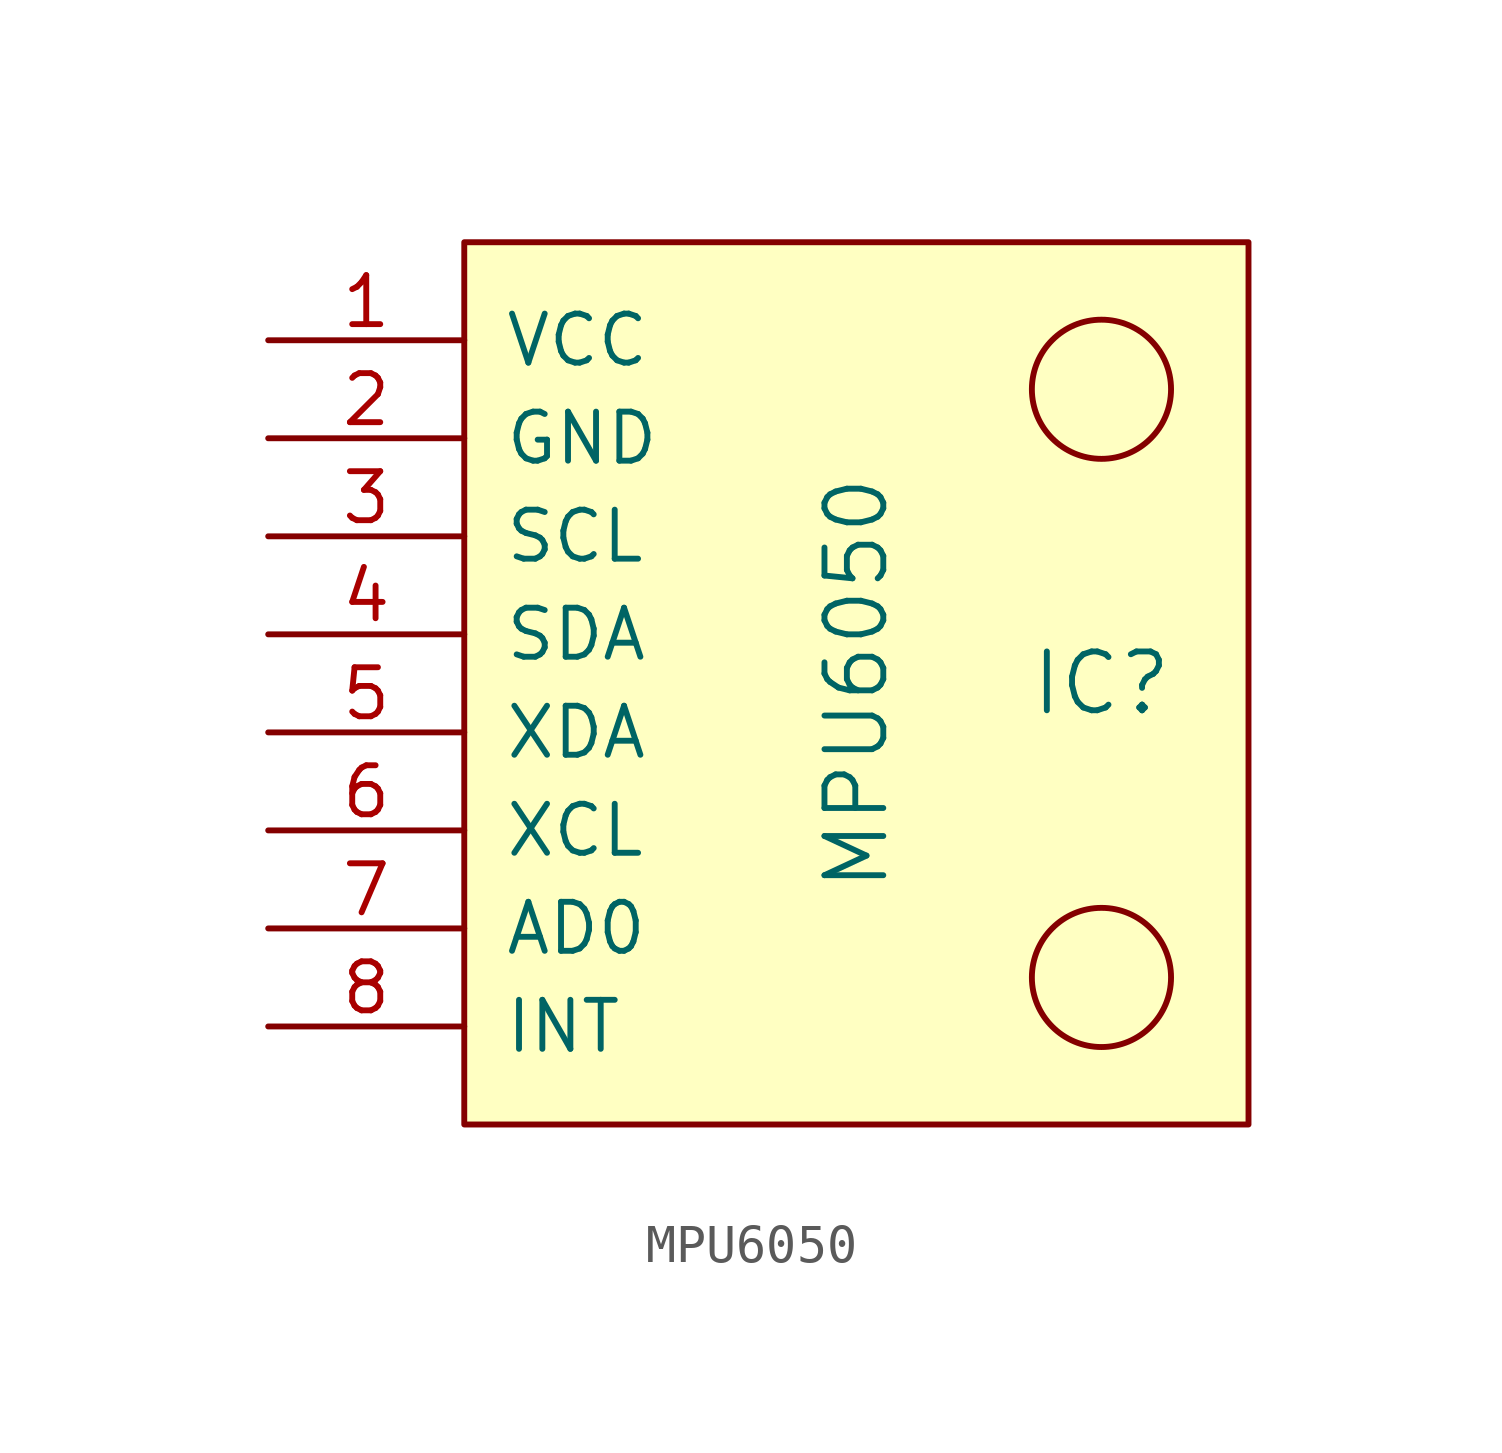
<source format=kicad_sym>
(kicad_symbol_lib
  (version 20231120)
  (generator "kicad_symbol_editor")
  (generator_version "8.0")
  (symbol "MPU6050"
    (pin_names
      (offset 1.016))
    (property "Reference" "IC"
      (at 5.08 -3.81 0)
      (effects (font (size 1.524 1.524))))
    (property "Value" "MPU6050"
      (at -1.27 -3.81 90)
      (effects (font (size 1.524 1.524))))
    (symbol "MPU6050_0_1"
      (rectangle (start -11.43 -15.24) (end 8.89 7.62) (stroke (width 0) (type solid)) (fill (type background)))
      (circle (center 5.08 -11.43) (radius 1.803) (stroke (width 0) (type solid)) (fill (type none)))
      (circle (center 5.08 3.81) (radius 1.803) (stroke (width 0) (type solid)) (fill (type background))))
    (symbol "MPU6050_1_1"
      (pin power_in line (at -16.51 5.08 0) (length 5.08) (name "VCC" (effects (font (size 1.27 1.27)))) (number "1" (effects (font (size 1.27 1.27)))))
      (pin power_in line (at -16.51 2.54 0) (length 5.08) (name "GND" (effects (font (size 1.27 1.27)))) (number "2" (effects (font (size 1.27 1.27)))))
      (pin input line (at -16.51 0 0) (length 5.08) (name "SCL" (effects (font (size 1.27 1.27)))) (number "3" (effects (font (size 1.27 1.27)))))
      (pin bidirectional line (at -16.51 -2.54 0) (length 5.08) (name "SDA" (effects (font (size 1.27 1.27)))) (number "4" (effects (font (size 1.27 1.27)))))
      (pin input line (at -16.51 -5.08 0) (length 5.08) (name "XDA" (effects (font (size 1.27 1.27)))) (number "5" (effects (font (size 1.27 1.27)))))
      (pin input line (at -16.51 -7.62 0) (length 5.08) (name "XCL" (effects (font (size 1.27 1.27)))) (number "6" (effects (font (size 1.27 1.27)))))
      (pin input line (at -16.51 -10.16 0) (length 5.08) (name "AD0" (effects (font (size 1.27 1.27)))) (number "7" (effects (font (size 1.27 1.27)))))
      (pin output line (at -16.51 -12.7 0) (length 5.08) (name "INT" (effects (font (size 1.27 1.27)))) (number "8" (effects (font (size 1.27 1.27))))))))
</source>
